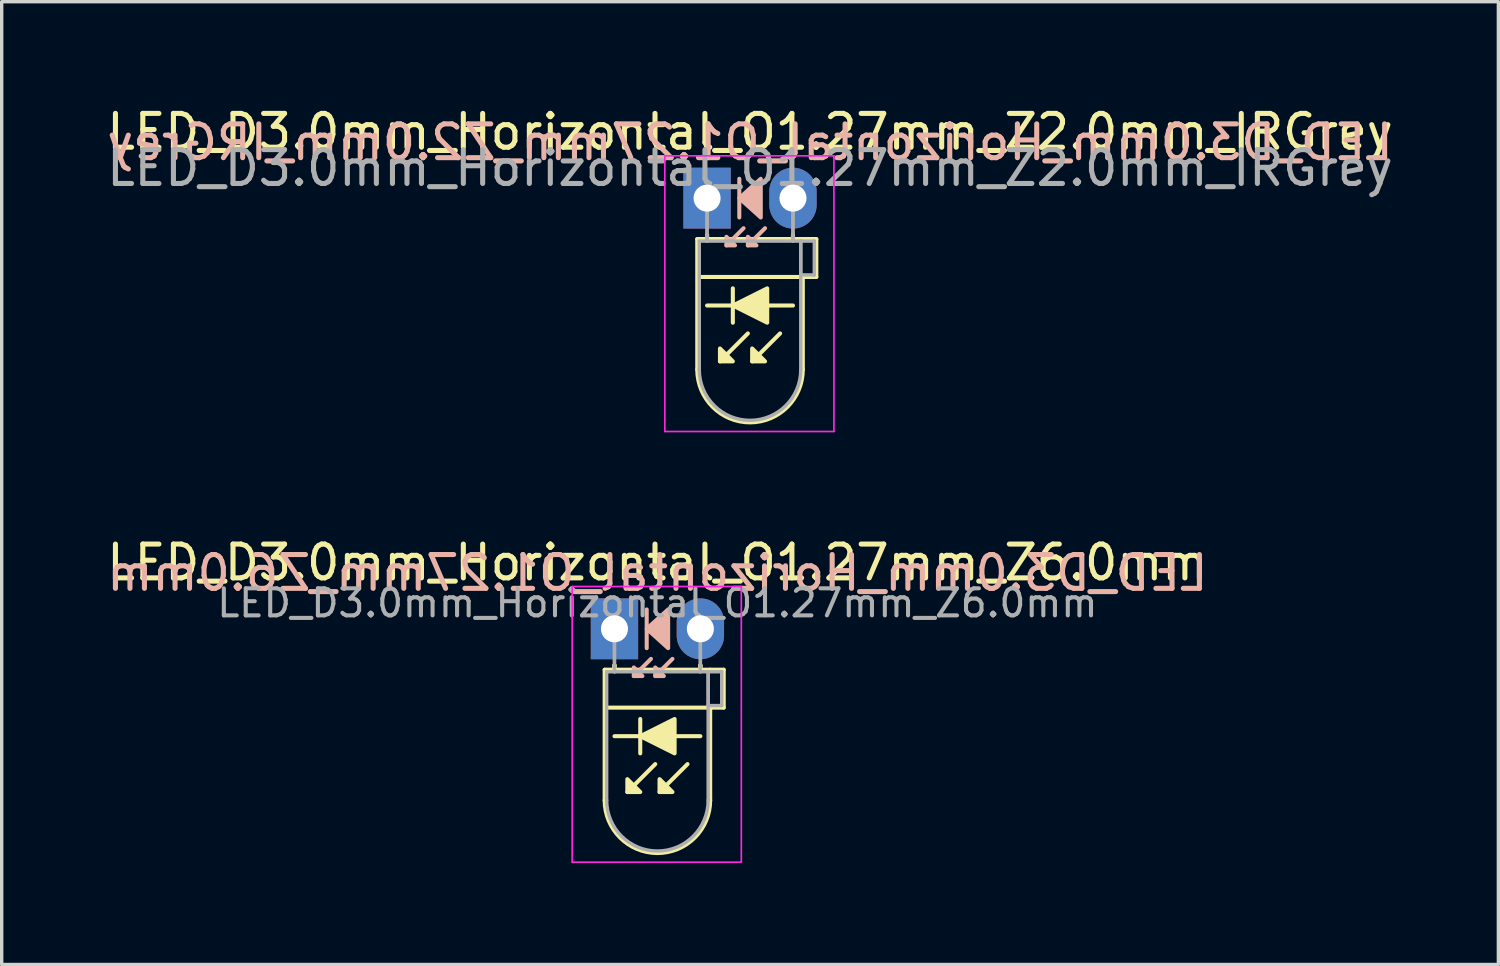
<source format=kicad_pcb>
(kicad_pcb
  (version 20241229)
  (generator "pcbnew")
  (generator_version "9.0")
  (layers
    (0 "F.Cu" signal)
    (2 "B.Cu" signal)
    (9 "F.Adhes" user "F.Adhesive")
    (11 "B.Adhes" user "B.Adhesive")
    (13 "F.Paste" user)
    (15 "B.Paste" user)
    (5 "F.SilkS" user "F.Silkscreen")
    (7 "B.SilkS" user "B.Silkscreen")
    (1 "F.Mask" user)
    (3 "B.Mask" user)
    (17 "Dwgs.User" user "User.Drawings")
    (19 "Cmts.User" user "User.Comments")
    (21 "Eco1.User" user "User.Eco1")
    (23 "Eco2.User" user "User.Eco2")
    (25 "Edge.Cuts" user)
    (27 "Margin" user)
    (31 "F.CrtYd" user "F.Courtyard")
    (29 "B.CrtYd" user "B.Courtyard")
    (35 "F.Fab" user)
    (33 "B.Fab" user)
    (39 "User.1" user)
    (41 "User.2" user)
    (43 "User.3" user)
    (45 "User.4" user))
  (footprint "LED_D3.0mm_Horizontal_O1.27mm_Z2.0mm_IRGrey"
    (layer "F.Cu")
    (at 17.855 2.808)
    (property "Reference" "LED_D3.0mm_Horizontal_O1.27mm_Z2.0mm_IRGrey" (at 1.27 -1.96 0) (layer "F.SilkS") (effects (font (size 1 1) (thickness 0.15))))
    (fp_line (start -0.29 1.21) (end -0.29 5.07) (stroke (width 0.12) (type solid)) (layer "F.SilkS"))
    (fp_line (start -0.29 1.21) (end 2.83 1.21) (stroke (width 0.12) (type solid)) (layer "F.SilkS"))
    (fp_line (start 0 1.08) (end 0 1.08) (stroke (width 0.12) (type solid)) (layer "F.SilkS"))
    (fp_line (start 0 1.08) (end 0 1.21) (stroke (width 0.12) (type solid)) (layer "F.SilkS"))
    (fp_line (start 0 1.21) (end 0 1.08) (stroke (width 0.12) (type solid)) (layer "F.SilkS"))
    (fp_line (start 0 1.21) (end 0 1.21) (stroke (width 0.12) (type solid)) (layer "F.SilkS"))
    (fp_line (start 0.762 2.667) (end 0.762 3.683) (stroke (width 0.12) (type solid)) (layer "F.SilkS"))
    (fp_line (start 1.206 4) (end 0.381 4.826) (stroke (width 0.12) (type solid)) (layer "F.SilkS"))
    (fp_line (start 2.159 4) (end 1.333 4.826) (stroke (width 0.12) (type solid)) (layer "F.SilkS"))
    (fp_line (start 2.54 1.08) (end 2.54 1.08) (stroke (width 0.12) (type solid)) (layer "F.SilkS"))
    (fp_line (start 2.54 1.08) (end 2.54 1.21) (stroke (width 0.12) (type solid)) (layer "F.SilkS"))
    (fp_line (start 2.54 1.21) (end 2.54 1.08) (stroke (width 0.12) (type solid)) (layer "F.SilkS"))
    (fp_line (start 2.54 1.21) (end 2.54 1.21) (stroke (width 0.12) (type solid)) (layer "F.SilkS"))
    (fp_line (start 2.54 3.175) (end 0 3.175) (stroke (width 0.12) (type solid)) (layer "F.SilkS"))
    (fp_line (start 2.83 1.21) (end 3.23 1.21) (stroke (width 0.12) (type solid)) (layer "F.SilkS"))
    (fp_line (start 2.83 2.33) (end 2.83 5.07) (stroke (width 0.12) (type solid)) (layer "F.SilkS"))
    (fp_line (start 3.23 1.21) (end 3.23 2.33) (stroke (width 0.12) (type solid)) (layer "F.SilkS"))
    (fp_line (start 3.23 2.33) (end -0.254 2.33) (stroke (width 0.12) (type solid)) (layer "F.SilkS"))
    (fp_arc (start 2.83 5.07) (mid 1.27 6.63) (end -0.29 5.07) (stroke (width 0.12) (type solid)) (layer "F.SilkS"))
    (fp_poly (pts (xy 0.381 4.445) (xy 0.762 4.826) (xy 0.381 4.826)) (stroke (width 0.12) (type solid)) (fill yes) (layer "F.SilkS"))
    (fp_poly (pts (xy 1.333 4.445) (xy 1.714 4.826) (xy 1.333 4.826)) (stroke (width 0.12) (type solid)) (fill yes) (layer "F.SilkS"))
    (fp_poly (pts (xy 1.778 3.683) (xy 0.762 3.175) (xy 1.778 2.667)) (stroke (width 0.12) (type solid)) (fill yes) (layer "F.SilkS"))
    (fp_line (start 0.953 -0.572) (end 0.953 0.572) (stroke (width 0.12) (type solid)) (layer "B.SilkS"))
    (fp_line (start 1.079 0.889) (end 0.572 1.397) (stroke (width 0.12) (type solid)) (layer "B.SilkS"))
    (fp_line (start 1.714 0.889) (end 1.206 1.397) (stroke (width 0.12) (type solid)) (layer "B.SilkS"))
    (fp_poly (pts (xy 0.572 1.143) (xy 0.826 1.397) (xy 0.572 1.397)) (stroke (width 0.12) (type solid)) (fill yes) (layer "B.SilkS"))
    (fp_poly (pts (xy 1.206 1.143) (xy 1.46 1.397) (xy 1.206 1.397)) (stroke (width 0.12) (type solid)) (fill yes) (layer "B.SilkS"))
    (fp_poly (pts (xy 1.587 0.572) (xy 0.953 0) (xy 1.587 -0.572)) (stroke (width 0.12) (type solid)) (fill yes) (layer "B.SilkS"))
    (fp_line (start -1.25 -1.25) (end -1.25 6.9) (stroke (width 0.05) (type solid)) (layer "F.CrtYd"))
    (fp_line (start -1.25 6.9) (end 3.75 6.9) (stroke (width 0.05) (type solid)) (layer "F.CrtYd"))
    (fp_line (start 3.75 -1.25) (end -1.25 -1.25) (stroke (width 0.05) (type solid)) (layer "F.CrtYd"))
    (fp_line (start 3.75 6.9) (end 3.75 -1.25) (stroke (width 0.05) (type solid)) (layer "F.CrtYd"))
    (fp_line (start -0.23 1.27) (end -0.23 5.07) (stroke (width 0.1) (type solid)) (layer "F.Fab"))
    (fp_line (start -0.23 1.27) (end 2.77 1.27) (stroke (width 0.1) (type solid)) (layer "F.Fab"))
    (fp_line (start 0 0) (end 0 0) (stroke (width 0.1) (type solid)) (layer "F.Fab"))
    (fp_line (start 0 0) (end 0 1.27) (stroke (width 0.1) (type solid)) (layer "F.Fab"))
    (fp_line (start 0 1.27) (end 0 0) (stroke (width 0.1) (type solid)) (layer "F.Fab"))
    (fp_line (start 0 1.27) (end 0 1.27) (stroke (width 0.1) (type solid)) (layer "F.Fab"))
    (fp_line (start 2.54 0) (end 2.54 0) (stroke (width 0.1) (type solid)) (layer "F.Fab"))
    (fp_line (start 2.54 0) (end 2.54 1.27) (stroke (width 0.1) (type solid)) (layer "F.Fab"))
    (fp_line (start 2.54 1.27) (end 2.54 0) (stroke (width 0.1) (type solid)) (layer "F.Fab"))
    (fp_line (start 2.54 1.27) (end 2.54 1.27) (stroke (width 0.1) (type solid)) (layer "F.Fab"))
    (fp_line (start 2.77 1.27) (end 2.77 5.07) (stroke (width 0.1) (type solid)) (layer "F.Fab"))
    (fp_line (start 2.77 1.27) (end 3.17 1.27) (stroke (width 0.1) (type solid)) (layer "F.Fab"))
    (fp_line (start 2.77 2.27) (end 2.77 1.27) (stroke (width 0.1) (type solid)) (layer "F.Fab"))
    (fp_line (start 3.17 1.27) (end 3.17 2.27) (stroke (width 0.1) (type solid)) (layer "F.Fab"))
    (fp_line (start 3.17 2.27) (end 2.77 2.27) (stroke (width 0.1) (type solid)) (layer "F.Fab"))
    (fp_arc (start 2.77 5.07) (mid 1.27 6.57) (end -0.23 5.07) (stroke (width 0.1) (type solid)) (layer "F.Fab"))
    (fp_text user "${REFERENCE}" (at 1.27 -1.651 0) (layer "B.SilkS") (effects (font (size 1 1) (thickness 0.15)) (justify mirror)))
    (fp_text user "${REFERENCE}" (at 1.27 -0.889 0) (layer "F.Fab") (effects (font (size 1 1) (thickness 0.15))))
    (pad "1" thru_hole rect (at 0 0) (size 1.4 1.8) (drill 0.8) (layers "*.Cu" "*.Mask"))
    (pad "2" thru_hole oval (at 2.54 0) (size 1.4 1.8) (drill 0.8) (layers "*.Cu" "*.Mask")))
  (footprint "LED_D3.0mm_Horizontal_O1.27mm_Z6.0mm"
    (layer "F.Cu")
    (at 15.117 15.541)
    (property "Reference" "LED_D3.0mm_Horizontal_O1.27mm_Z6.0mm" (at 1.27 -1.96 0) (layer "F.SilkS") (effects (font (size 1 1) (thickness 0.15))))
    (fp_line (start -0.29 1.21) (end -0.29 5.07) (stroke (width 0.12) (type solid)) (layer "F.SilkS"))
    (fp_line (start -0.29 1.21) (end 2.83 1.21) (stroke (width 0.12) (type solid)) (layer "F.SilkS"))
    (fp_line (start 0 1.08) (end 0 1.08) (stroke (width 0.12) (type solid)) (layer "F.SilkS"))
    (fp_line (start 0 1.08) (end 0 1.21) (stroke (width 0.12) (type solid)) (layer "F.SilkS"))
    (fp_line (start 0 1.21) (end 0 1.08) (stroke (width 0.12) (type solid)) (layer "F.SilkS"))
    (fp_line (start 0 1.21) (end 0 1.21) (stroke (width 0.12) (type solid)) (layer "F.SilkS"))
    (fp_line (start 0.762 2.667) (end 0.762 3.683) (stroke (width 0.12) (type solid)) (layer "F.SilkS"))
    (fp_line (start 1.206 4) (end 0.381 4.826) (stroke (width 0.12) (type solid)) (layer "F.SilkS"))
    (fp_line (start 2.159 4) (end 1.333 4.826) (stroke (width 0.12) (type solid)) (layer "F.SilkS"))
    (fp_line (start 2.54 1.08) (end 2.54 1.08) (stroke (width 0.12) (type solid)) (layer "F.SilkS"))
    (fp_line (start 2.54 1.08) (end 2.54 1.21) (stroke (width 0.12) (type solid)) (layer "F.SilkS"))
    (fp_line (start 2.54 1.21) (end 2.54 1.08) (stroke (width 0.12) (type solid)) (layer "F.SilkS"))
    (fp_line (start 2.54 1.21) (end 2.54 1.21) (stroke (width 0.12) (type solid)) (layer "F.SilkS"))
    (fp_line (start 2.54 3.175) (end 0 3.175) (stroke (width 0.12) (type solid)) (layer "F.SilkS"))
    (fp_line (start 2.83 1.21) (end 3.23 1.21) (stroke (width 0.12) (type solid)) (layer "F.SilkS"))
    (fp_line (start 2.83 2.33) (end 2.83 5.07) (stroke (width 0.12) (type solid)) (layer "F.SilkS"))
    (fp_line (start 3.23 1.21) (end 3.23 2.33) (stroke (width 0.12) (type solid)) (layer "F.SilkS"))
    (fp_line (start 3.23 2.33) (end -0.254 2.33) (stroke (width 0.12) (type solid)) (layer "F.SilkS"))
    (fp_arc (start 2.83 5.07) (mid 1.27 6.63) (end -0.29 5.07) (stroke (width 0.12) (type solid)) (layer "F.SilkS"))
    (fp_poly (pts (xy 0.381 4.445) (xy 0.762 4.826) (xy 0.381 4.826)) (stroke (width 0.12) (type solid)) (fill yes) (layer "F.SilkS"))
    (fp_poly (pts (xy 1.333 4.445) (xy 1.714 4.826) (xy 1.333 4.826)) (stroke (width 0.12) (type solid)) (fill yes) (layer "F.SilkS"))
    (fp_poly (pts (xy 1.778 3.683) (xy 0.762 3.175) (xy 1.778 2.667)) (stroke (width 0.12) (type solid)) (fill yes) (layer "F.SilkS"))
    (fp_line (start 0.953 -0.572) (end 0.953 0.572) (stroke (width 0.12) (type solid)) (layer "B.SilkS"))
    (fp_line (start 1.079 0.889) (end 0.572 1.397) (stroke (width 0.12) (type solid)) (layer "B.SilkS"))
    (fp_line (start 1.714 0.889) (end 1.206 1.397) (stroke (width 0.12) (type solid)) (layer "B.SilkS"))
    (fp_poly (pts (xy 0.572 1.143) (xy 0.826 1.397) (xy 0.572 1.397)) (stroke (width 0.12) (type solid)) (fill yes) (layer "B.SilkS"))
    (fp_poly (pts (xy 1.206 1.143) (xy 1.46 1.397) (xy 1.206 1.397)) (stroke (width 0.12) (type solid)) (fill yes) (layer "B.SilkS"))
    (fp_poly (pts (xy 1.587 0.572) (xy 0.953 0) (xy 1.587 -0.572)) (stroke (width 0.12) (type solid)) (fill yes) (layer "B.SilkS"))
    (fp_line (start -1.25 -1.25) (end -1.25 6.9) (stroke (width 0.05) (type solid)) (layer "F.CrtYd"))
    (fp_line (start -1.25 6.9) (end 3.75 6.9) (stroke (width 0.05) (type solid)) (layer "F.CrtYd"))
    (fp_line (start 3.75 -1.25) (end -1.25 -1.25) (stroke (width 0.05) (type solid)) (layer "F.CrtYd"))
    (fp_line (start 3.75 6.9) (end 3.75 -1.25) (stroke (width 0.05) (type solid)) (layer "F.CrtYd"))
    (fp_line (start -0.23 1.27) (end -0.23 5.07) (stroke (width 0.1) (type solid)) (layer "F.Fab"))
    (fp_line (start -0.23 1.27) (end 2.77 1.27) (stroke (width 0.1) (type solid)) (layer "F.Fab"))
    (fp_line (start 0 0) (end 0 0) (stroke (width 0.1) (type solid)) (layer "F.Fab"))
    (fp_line (start 0 0) (end 0 1.27) (stroke (width 0.1) (type solid)) (layer "F.Fab"))
    (fp_line (start 0 1.27) (end 0 0) (stroke (width 0.1) (type solid)) (layer "F.Fab"))
    (fp_line (start 0 1.27) (end 0 1.27) (stroke (width 0.1) (type solid)) (layer "F.Fab"))
    (fp_line (start 2.54 0) (end 2.54 0) (stroke (width 0.1) (type solid)) (layer "F.Fab"))
    (fp_line (start 2.54 0) (end 2.54 1.27) (stroke (width 0.1) (type solid)) (layer "F.Fab"))
    (fp_line (start 2.54 1.27) (end 2.54 0) (stroke (width 0.1) (type solid)) (layer "F.Fab"))
    (fp_line (start 2.54 1.27) (end 2.54 1.27) (stroke (width 0.1) (type solid)) (layer "F.Fab"))
    (fp_line (start 2.77 1.27) (end 2.77 5.07) (stroke (width 0.1) (type solid)) (layer "F.Fab"))
    (fp_line (start 2.77 1.27) (end 3.17 1.27) (stroke (width 0.1) (type solid)) (layer "F.Fab"))
    (fp_line (start 2.77 2.27) (end 2.77 1.27) (stroke (width 0.1) (type solid)) (layer "F.Fab"))
    (fp_line (start 3.17 1.27) (end 3.17 2.27) (stroke (width 0.1) (type solid)) (layer "F.Fab"))
    (fp_line (start 3.17 2.27) (end 2.77 2.27) (stroke (width 0.1) (type solid)) (layer "F.Fab"))
    (fp_arc (start 2.77 5.07) (mid 1.27 6.57) (end -0.23 5.07) (stroke (width 0.1) (type solid)) (layer "F.Fab"))
    (fp_text user "${REFERENCE}" (at 1.27 -1.651 0) (layer "B.SilkS") (effects (font (size 1 1) (thickness 0.15)) (justify mirror)))
    (fp_text user "${REFERENCE}" (at 1.27 -0.762 0) (layer "F.Fab") (effects (font (size 0.8 0.8) (thickness 0.12))))
    (pad "1" thru_hole rect (at 0 0) (size 1.4 1.8) (drill 0.8) (layers "*.Cu" "*.Mask"))
    (pad "2" thru_hole oval (at 2.54 0) (size 1.4 1.8) (drill 0.8) (layers "*.Cu" "*.Mask")))
  (gr_rect
    (start -3 -3)
    (end 41.25 25.466)
    (stroke (width 0.1) (type default))
    (fill no)
    (layer "Edge.Cuts")))
</source>
